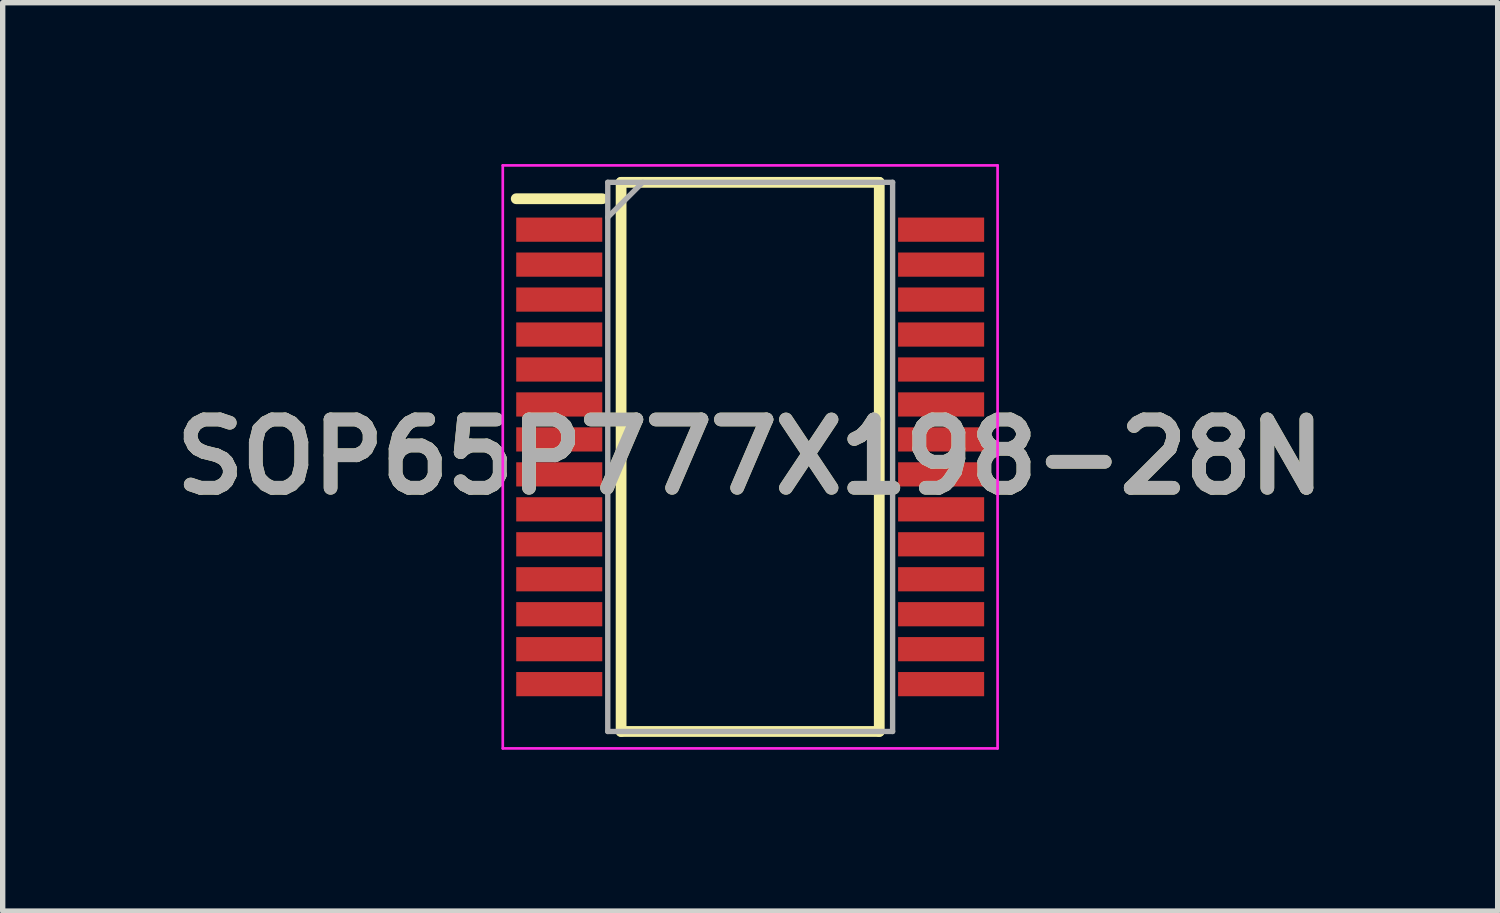
<source format=kicad_pcb>
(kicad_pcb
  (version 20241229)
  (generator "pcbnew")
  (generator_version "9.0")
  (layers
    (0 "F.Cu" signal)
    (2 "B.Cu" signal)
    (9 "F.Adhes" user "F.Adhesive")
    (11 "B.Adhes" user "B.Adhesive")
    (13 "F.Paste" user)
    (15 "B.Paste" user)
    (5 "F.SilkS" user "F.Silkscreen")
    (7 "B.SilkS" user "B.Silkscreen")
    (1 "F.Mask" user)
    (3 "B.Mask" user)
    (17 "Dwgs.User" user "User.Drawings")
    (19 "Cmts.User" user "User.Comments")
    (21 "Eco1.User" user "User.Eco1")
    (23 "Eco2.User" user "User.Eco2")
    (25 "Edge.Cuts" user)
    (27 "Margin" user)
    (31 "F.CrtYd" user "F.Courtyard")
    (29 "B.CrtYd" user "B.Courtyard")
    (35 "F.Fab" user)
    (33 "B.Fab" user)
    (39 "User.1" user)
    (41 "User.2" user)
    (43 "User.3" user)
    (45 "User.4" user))
  (footprint "SOP65P777X198-28N"
    (layer "F.Cu")
    (at 10.898 5.445)
    (property "Reference" "SOP65P777X198-28N" (at 0 0 0) (layer "F.SilkS") (effects (font (size 1.27 1.27) (thickness 0.254))))
    (attr smd)
    (fp_line (start -4.35 -4.8) (end -2.75 -4.8) (stroke (width 0.2) (type solid)) (layer "F.SilkS"))
    (fp_line (start -2.4 -5.105) (end 2.4 -5.105) (stroke (width 0.2) (type solid)) (layer "F.SilkS"))
    (fp_line (start -2.4 5.105) (end -2.4 -5.105) (stroke (width 0.2) (type solid)) (layer "F.SilkS"))
    (fp_line (start 2.4 -5.105) (end 2.4 5.105) (stroke (width 0.2) (type solid)) (layer "F.SilkS"))
    (fp_line (start 2.4 5.105) (end -2.4 5.105) (stroke (width 0.2) (type solid)) (layer "F.SilkS"))
    (fp_line (start -4.6 -5.42) (end 4.6 -5.42) (stroke (width 0.05) (type solid)) (layer "F.CrtYd"))
    (fp_line (start -4.6 5.42) (end -4.6 -5.42) (stroke (width 0.05) (type solid)) (layer "F.CrtYd"))
    (fp_line (start 4.6 -5.42) (end 4.6 5.42) (stroke (width 0.05) (type solid)) (layer "F.CrtYd"))
    (fp_line (start 4.6 5.42) (end -4.6 5.42) (stroke (width 0.05) (type solid)) (layer "F.CrtYd"))
    (fp_line (start -2.648 -5.105) (end 2.648 -5.105) (stroke (width 0.1) (type solid)) (layer "F.Fab"))
    (fp_line (start -2.648 -4.455) (end -1.998 -5.105) (stroke (width 0.1) (type solid)) (layer "F.Fab"))
    (fp_line (start -2.648 5.105) (end -2.648 -5.105) (stroke (width 0.1) (type solid)) (layer "F.Fab"))
    (fp_line (start 2.648 -5.105) (end 2.648 5.105) (stroke (width 0.1) (type solid)) (layer "F.Fab"))
    (fp_line (start 2.648 5.105) (end -2.648 5.105) (stroke (width 0.1) (type solid)) (layer "F.Fab"))
    (fp_text user "${REFERENCE}" (at 0 0 0) (layer "F.Fab") (effects (font (size 1.27 1.27) (thickness 0.254))))
    (pad "1" smd rect (at -3.55 -4.225 90) (size 0.45 1.6) (layers "F.Cu" "F.Mask" "F.Paste"))
    (pad "2" smd rect (at -3.55 -3.575 90) (size 0.45 1.6) (layers "F.Cu" "F.Mask" "F.Paste"))
    (pad "3" smd rect (at -3.55 -2.925 90) (size 0.45 1.6) (layers "F.Cu" "F.Mask" "F.Paste"))
    (pad "4" smd rect (at -3.55 -2.275 90) (size 0.45 1.6) (layers "F.Cu" "F.Mask" "F.Paste"))
    (pad "5" smd rect (at -3.55 -1.625 90) (size 0.45 1.6) (layers "F.Cu" "F.Mask" "F.Paste"))
    (pad "6" smd rect (at -3.55 -0.975 90) (size 0.45 1.6) (layers "F.Cu" "F.Mask" "F.Paste"))
    (pad "7" smd rect (at -3.55 -0.325 90) (size 0.45 1.6) (layers "F.Cu" "F.Mask" "F.Paste"))
    (pad "8" smd rect (at -3.55 0.325 90) (size 0.45 1.6) (layers "F.Cu" "F.Mask" "F.Paste"))
    (pad "9" smd rect (at -3.55 0.975 90) (size 0.45 1.6) (layers "F.Cu" "F.Mask" "F.Paste"))
    (pad "10" smd rect (at -3.55 1.625 90) (size 0.45 1.6) (layers "F.Cu" "F.Mask" "F.Paste"))
    (pad "11" smd rect (at -3.55 2.275 90) (size 0.45 1.6) (layers "F.Cu" "F.Mask" "F.Paste"))
    (pad "12" smd rect (at -3.55 2.925 90) (size 0.45 1.6) (layers "F.Cu" "F.Mask" "F.Paste"))
    (pad "13" smd rect (at -3.55 3.575 90) (size 0.45 1.6) (layers "F.Cu" "F.Mask" "F.Paste"))
    (pad "14" smd rect (at -3.55 4.225 90) (size 0.45 1.6) (layers "F.Cu" "F.Mask" "F.Paste"))
    (pad "15" smd rect (at 3.55 4.225 90) (size 0.45 1.6) (layers "F.Cu" "F.Mask" "F.Paste"))
    (pad "16" smd rect (at 3.55 3.575 90) (size 0.45 1.6) (layers "F.Cu" "F.Mask" "F.Paste"))
    (pad "17" smd rect (at 3.55 2.925 90) (size 0.45 1.6) (layers "F.Cu" "F.Mask" "F.Paste"))
    (pad "18" smd rect (at 3.55 2.275 90) (size 0.45 1.6) (layers "F.Cu" "F.Mask" "F.Paste"))
    (pad "19" smd rect (at 3.55 1.625 90) (size 0.45 1.6) (layers "F.Cu" "F.Mask" "F.Paste"))
    (pad "20" smd rect (at 3.55 0.975 90) (size 0.45 1.6) (layers "F.Cu" "F.Mask" "F.Paste"))
    (pad "21" smd rect (at 3.55 0.325 90) (size 0.45 1.6) (layers "F.Cu" "F.Mask" "F.Paste"))
    (pad "22" smd rect (at 3.55 -0.325 90) (size 0.45 1.6) (layers "F.Cu" "F.Mask" "F.Paste"))
    (pad "23" smd rect (at 3.55 -0.975 90) (size 0.45 1.6) (layers "F.Cu" "F.Mask" "F.Paste"))
    (pad "24" smd rect (at 3.55 -1.625 90) (size 0.45 1.6) (layers "F.Cu" "F.Mask" "F.Paste"))
    (pad "25" smd rect (at 3.55 -2.275 90) (size 0.45 1.6) (layers "F.Cu" "F.Mask" "F.Paste"))
    (pad "26" smd rect (at 3.55 -2.925 90) (size 0.45 1.6) (layers "F.Cu" "F.Mask" "F.Paste"))
    (pad "27" smd rect (at 3.55 -3.575 90) (size 0.45 1.6) (layers "F.Cu" "F.Mask" "F.Paste"))
    (pad "28" smd rect (at 3.55 -4.225 90) (size 0.45 1.6) (layers "F.Cu" "F.Mask" "F.Paste")))
  (gr_rect
    (start -3 -3)
    (end 24.796 13.89)
    (stroke (width 0.1) (type default))
    (fill no)
    (layer "Edge.Cuts")))
</source>
